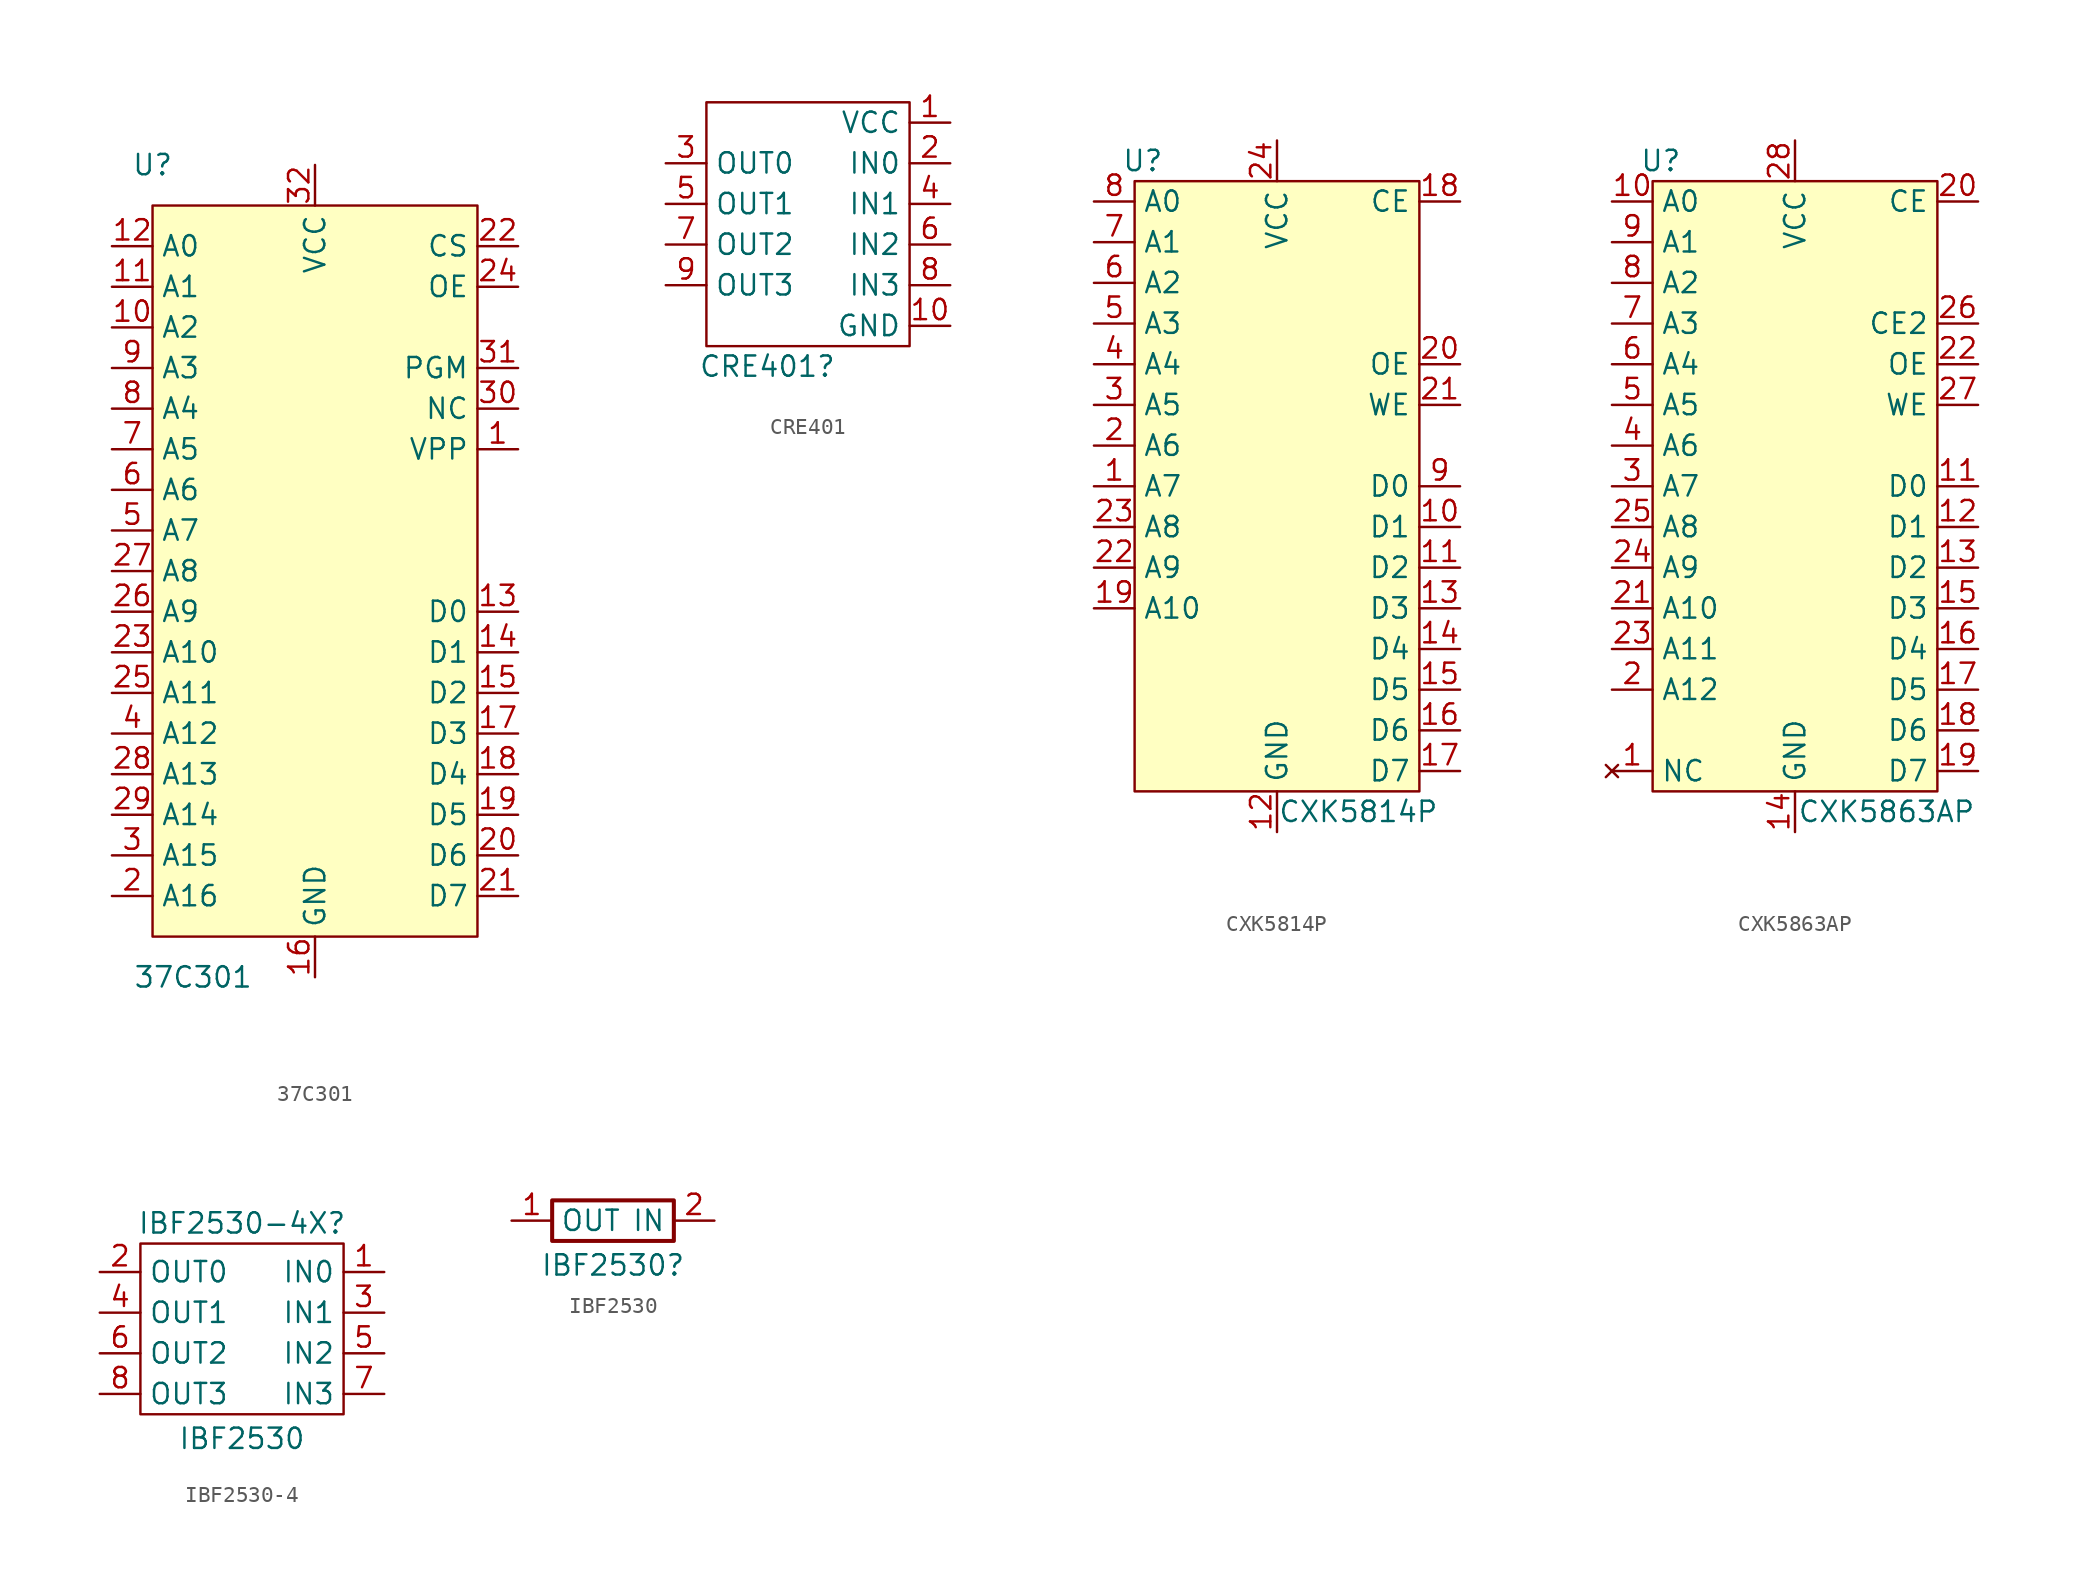
<source format=kicad_sym>
(kicad_symbol_lib
  (version 20220914)
  (generator kicad_symbol_editor)
  (symbol "37C301"
    (property "Reference" "U"
      (at -10.16 25.4 0)
      (effects (font (size 1.27 1.27))))
    (property "Value" "37C301"
      (at -7.62 -25.4 0)
      (effects (font (size 1.27 1.27))))
    (symbol "37C301_0_0"
      (pin power_in line (at 12.7 7.62 180) (length 2.54) (name "VPP" (effects (font (size 1.27 1.27)))) (number "1" (effects (font (size 1.27 1.27)))))
      (pin input line (at -12.7 15.24 0) (length 2.54) (name "A2" (effects (font (size 1.27 1.27)))) (number "10" (effects (font (size 1.27 1.27)))))
      (pin input line (at -12.7 17.78 0) (length 2.54) (name "A1" (effects (font (size 1.27 1.27)))) (number "11" (effects (font (size 1.27 1.27)))))
      (pin input line (at -12.7 20.32 0) (length 2.54) (name "A0" (effects (font (size 1.27 1.27)))) (number "12" (effects (font (size 1.27 1.27)))))
      (pin bidirectional line (at 12.7 -2.54 180) (length 2.54) (name "D0" (effects (font (size 1.27 1.27)))) (number "13" (effects (font (size 1.27 1.27)))))
      (pin bidirectional line (at 12.7 -5.08 180) (length 2.54) (name "D1" (effects (font (size 1.27 1.27)))) (number "14" (effects (font (size 1.27 1.27)))))
      (pin bidirectional line (at 12.7 -7.62 180) (length 2.54) (name "D2" (effects (font (size 1.27 1.27)))) (number "15" (effects (font (size 1.27 1.27)))))
      (pin bidirectional line (at 12.7 -10.16 180) (length 2.54) (name "D3" (effects (font (size 1.27 1.27)))) (number "17" (effects (font (size 1.27 1.27)))))
      (pin bidirectional line (at 12.7 -12.7 180) (length 2.54) (name "D4" (effects (font (size 1.27 1.27)))) (number "18" (effects (font (size 1.27 1.27)))))
      (pin bidirectional line (at 12.7 -15.24 180) (length 2.54) (name "D5" (effects (font (size 1.27 1.27)))) (number "19" (effects (font (size 1.27 1.27)))))
      (pin input line (at -12.7 -20.32 0) (length 2.54) (name "A16" (effects (font (size 1.27 1.27)))) (number "2" (effects (font (size 1.27 1.27)))))
      (pin bidirectional line (at 12.7 -17.78 180) (length 2.54) (name "D6" (effects (font (size 1.27 1.27)))) (number "20" (effects (font (size 1.27 1.27)))))
      (pin bidirectional line (at 12.7 -20.32 180) (length 2.54) (name "D7" (effects (font (size 1.27 1.27)))) (number "21" (effects (font (size 1.27 1.27)))))
      (pin input line (at 12.7 20.32 180) (length 2.54) (name "CS" (effects (font (size 1.27 1.27)))) (number "22" (effects (font (size 1.27 1.27)))))
      (pin input line (at -12.7 -5.08 0) (length 2.54) (name "A10" (effects (font (size 1.27 1.27)))) (number "23" (effects (font (size 1.27 1.27)))))
      (pin input line (at 12.7 17.78 180) (length 2.54) (name "OE" (effects (font (size 1.27 1.27)))) (number "24" (effects (font (size 1.27 1.27)))))
      (pin input line (at -12.7 -7.62 0) (length 2.54) (name "A11" (effects (font (size 1.27 1.27)))) (number "25" (effects (font (size 1.27 1.27)))))
      (pin input line (at -12.7 -2.54 0) (length 2.54) (name "A9" (effects (font (size 1.27 1.27)))) (number "26" (effects (font (size 1.27 1.27)))))
      (pin input line (at -12.7 0 0) (length 2.54) (name "A8" (effects (font (size 1.27 1.27)))) (number "27" (effects (font (size 1.27 1.27)))))
      (pin power_in line (at -12.7 -12.7 0) (length 2.54) (name "A13" (effects (font (size 1.27 1.27)))) (number "28" (effects (font (size 1.27 1.27)))))
      (pin power_in line (at -12.7 -15.24 0) (length 2.54) (name "A14" (effects (font (size 1.27 1.27)))) (number "29" (effects (font (size 1.27 1.27)))))
      (pin input line (at -12.7 -17.78 0) (length 2.54) (name "A15" (effects (font (size 1.27 1.27)))) (number "3" (effects (font (size 1.27 1.27)))))
      (pin power_in line (at 12.7 10.16 180) (length 2.54) (name "NC" (effects (font (size 1.27 1.27)))) (number "30" (effects (font (size 1.27 1.27)))))
      (pin power_in line (at 12.7 12.7 180) (length 2.54) (name "PGM" (effects (font (size 1.27 1.27)))) (number "31" (effects (font (size 1.27 1.27)))))
      (pin input line (at -12.7 -10.16 0) (length 2.54) (name "A12" (effects (font (size 1.27 1.27)))) (number "4" (effects (font (size 1.27 1.27)))))
      (pin input line (at -12.7 2.54 0) (length 2.54) (name "A7" (effects (font (size 1.27 1.27)))) (number "5" (effects (font (size 1.27 1.27)))))
      (pin input line (at -12.7 5.08 0) (length 2.54) (name "A6" (effects (font (size 1.27 1.27)))) (number "6" (effects (font (size 1.27 1.27)))))
      (pin input line (at -12.7 7.62 0) (length 2.54) (name "A5" (effects (font (size 1.27 1.27)))) (number "7" (effects (font (size 1.27 1.27)))))
      (pin input line (at -12.7 10.16 0) (length 2.54) (name "A4" (effects (font (size 1.27 1.27)))) (number "8" (effects (font (size 1.27 1.27)))))
      (pin input line (at -12.7 12.7 0) (length 2.54) (name "A3" (effects (font (size 1.27 1.27)))) (number "9" (effects (font (size 1.27 1.27))))))
    (symbol "37C301_1_0"
      (pin power_in line (at 0 -25.4 90) (length 2.54) (name "GND" (effects (font (size 1.27 1.27)))) (number "16" (effects (font (size 1.27 1.27)))))
      (pin power_in line (at 0 25.4 270) (length 2.54) (name "VCC" (effects (font (size 1.27 1.27)))) (number "32" (effects (font (size 1.27 1.27))))))
    (symbol "37C301_1_1"
      (rectangle (start -10.16 22.86) (end 10.16 -22.86) (stroke (width 0) (type default)) (fill (type background)))))
  (symbol "CRE401"
    (property "Reference" "CRE401"
      (at -2.54 -8.89 0)
      (effects (font (size 1.27 1.27))))
    (property "Value" ""
      (at 0 -1.27 0)
      (effects (font (size 1.27 1.27))))
    (symbol "CRE401_0_0"
      (pin power_in line (at 8.89 6.35 180) (length 2.54) (name "VCC" (effects (font (size 1.27 1.27)))) (number "1" (effects (font (size 1.27 1.27)))))
      (pin power_in line (at 8.89 -6.35 180) (length 2.54) (name "GND" (effects (font (size 1.27 1.27)))) (number "10" (effects (font (size 1.27 1.27)))))
      (pin input line (at 8.89 3.81 180) (length 2.54) (name "IN0" (effects (font (size 1.27 1.27)))) (number "2" (effects (font (size 1.27 1.27)))))
      (pin output line (at -8.89 3.81 0) (length 2.54) (name "OUT0" (effects (font (size 1.27 1.27)))) (number "3" (effects (font (size 1.27 1.27)))))
      (pin input line (at 8.89 1.27 180) (length 2.54) (name "IN1" (effects (font (size 1.27 1.27)))) (number "4" (effects (font (size 1.27 1.27)))))
      (pin output line (at -8.89 1.27 0) (length 2.54) (name "OUT1" (effects (font (size 1.27 1.27)))) (number "5" (effects (font (size 1.27 1.27)))))
      (pin input line (at 8.89 -1.27 180) (length 2.54) (name "IN2" (effects (font (size 1.27 1.27)))) (number "6" (effects (font (size 1.27 1.27)))))
      (pin output line (at -8.89 -1.27 0) (length 2.54) (name "OUT2" (effects (font (size 1.27 1.27)))) (number "7" (effects (font (size 1.27 1.27)))))
      (pin input line (at 8.89 -3.81 180) (length 2.54) (name "IN3" (effects (font (size 1.27 1.27)))) (number "8" (effects (font (size 1.27 1.27)))))
      (pin output line (at -8.89 -3.81 0) (length 2.54) (name "OUT3" (effects (font (size 1.27 1.27)))) (number "9" (effects (font (size 1.27 1.27))))))
    (symbol "CRE401_0_1"
      (rectangle (start -6.35 7.62) (end 6.35 -7.62) (stroke (width 0) (type default)) (fill (type none)))))
  (symbol "CXK5814P"
    (property "Reference" "U"
      (at -8.382 20.32 0)
      (effects (font (size 1.27 1.27))))
    (property "Value" "CXK5814P"
      (at 5.08 -20.32 0)
      (effects (font (size 1.27 1.27))))
    (symbol "CXK5814P_0_0"
      (pin input line (at -11.43 0 0) (length 2.54) (name "A7" (effects (font (size 1.27 1.27)))) (number "1" (effects (font (size 1.27 1.27)))))
      (pin bidirectional line (at 11.43 -2.54 180) (length 2.54) (name "D1" (effects (font (size 1.27 1.27)))) (number "10" (effects (font (size 1.27 1.27)))))
      (pin bidirectional line (at 11.43 -5.08 180) (length 2.54) (name "D2" (effects (font (size 1.27 1.27)))) (number "11" (effects (font (size 1.27 1.27)))))
      (pin power_in line (at 0 -21.59 90) (length 2.54) (name "GND" (effects (font (size 1.27 1.27)))) (number "12" (effects (font (size 1.27 1.27)))))
      (pin bidirectional line (at 11.43 -7.62 180) (length 2.54) (name "D3" (effects (font (size 1.27 1.27)))) (number "13" (effects (font (size 1.27 1.27)))))
      (pin bidirectional line (at 11.43 -10.16 180) (length 2.54) (name "D4" (effects (font (size 1.27 1.27)))) (number "14" (effects (font (size 1.27 1.27)))))
      (pin bidirectional line (at 11.43 -12.7 180) (length 2.54) (name "D5" (effects (font (size 1.27 1.27)))) (number "15" (effects (font (size 1.27 1.27)))))
      (pin bidirectional line (at 11.43 -15.24 180) (length 2.54) (name "D6" (effects (font (size 1.27 1.27)))) (number "16" (effects (font (size 1.27 1.27)))))
      (pin bidirectional line (at 11.43 -17.78 180) (length 2.54) (name "D7" (effects (font (size 1.27 1.27)))) (number "17" (effects (font (size 1.27 1.27)))))
      (pin input line (at 11.43 17.78 180) (length 2.54) (name "CE" (effects (font (size 1.27 1.27)))) (number "18" (effects (font (size 1.27 1.27)))))
      (pin input line (at -11.43 -7.62 0) (length 2.54) (name "A10" (effects (font (size 1.27 1.27)))) (number "19" (effects (font (size 1.27 1.27)))))
      (pin input line (at -11.43 2.54 0) (length 2.54) (name "A6" (effects (font (size 1.27 1.27)))) (number "2" (effects (font (size 1.27 1.27)))))
      (pin input line (at 11.43 7.62 180) (length 2.54) (name "OE" (effects (font (size 1.27 1.27)))) (number "20" (effects (font (size 1.27 1.27)))))
      (pin input line (at 11.43 5.08 180) (length 2.54) (name "WE" (effects (font (size 1.27 1.27)))) (number "21" (effects (font (size 1.27 1.27)))))
      (pin input line (at -11.43 -5.08 0) (length 2.54) (name "A9" (effects (font (size 1.27 1.27)))) (number "22" (effects (font (size 1.27 1.27)))))
      (pin input line (at -11.43 -2.54 0) (length 2.54) (name "A8" (effects (font (size 1.27 1.27)))) (number "23" (effects (font (size 1.27 1.27)))))
      (pin power_in line (at 0 21.59 270) (length 2.54) (name "VCC" (effects (font (size 1.27 1.27)))) (number "24" (effects (font (size 1.27 1.27)))))
      (pin input line (at -11.43 5.08 0) (length 2.54) (name "A5" (effects (font (size 1.27 1.27)))) (number "3" (effects (font (size 1.27 1.27)))))
      (pin input line (at -11.43 7.62 0) (length 2.54) (name "A4" (effects (font (size 1.27 1.27)))) (number "4" (effects (font (size 1.27 1.27)))))
      (pin input line (at -11.43 10.16 0) (length 2.54) (name "A3" (effects (font (size 1.27 1.27)))) (number "5" (effects (font (size 1.27 1.27)))))
      (pin input line (at -11.43 12.7 0) (length 2.54) (name "A2" (effects (font (size 1.27 1.27)))) (number "6" (effects (font (size 1.27 1.27)))))
      (pin input line (at -11.43 15.24 0) (length 2.54) (name "A1" (effects (font (size 1.27 1.27)))) (number "7" (effects (font (size 1.27 1.27)))))
      (pin input line (at -11.43 17.78 0) (length 2.54) (name "A0" (effects (font (size 1.27 1.27)))) (number "8" (effects (font (size 1.27 1.27)))))
      (pin bidirectional line (at 11.43 0 180) (length 2.54) (name "D0" (effects (font (size 1.27 1.27)))) (number "9" (effects (font (size 1.27 1.27))))))
    (symbol "CXK5814P_1_1"
      (rectangle (start -8.89 19.05) (end 8.89 -19.05) (stroke (width 0) (type default)) (fill (type background)))))
  (symbol "CXK5863AP"
    (property "Reference" "U"
      (at -8.382 20.32 0)
      (effects (font (size 1.27 1.27))))
    (property "Value" "CXK5863AP"
      (at 5.715 -20.32 0)
      (effects (font (size 1.27 1.27))))
    (symbol "CXK5863AP_0_0"
      (pin no_connect line (at -11.43 -17.78 0) (length 2.54) (name "NC" (effects (font (size 1.27 1.27)))) (number "1" (effects (font (size 1.27 1.27)))))
      (pin input line (at -11.43 17.78 0) (length 2.54) (name "A0" (effects (font (size 1.27 1.27)))) (number "10" (effects (font (size 1.27 1.27)))))
      (pin bidirectional line (at 11.43 0 180) (length 2.54) (name "D0" (effects (font (size 1.27 1.27)))) (number "11" (effects (font (size 1.27 1.27)))))
      (pin bidirectional line (at 11.43 -2.54 180) (length 2.54) (name "D1" (effects (font (size 1.27 1.27)))) (number "12" (effects (font (size 1.27 1.27)))))
      (pin bidirectional line (at 11.43 -5.08 180) (length 2.54) (name "D2" (effects (font (size 1.27 1.27)))) (number "13" (effects (font (size 1.27 1.27)))))
      (pin power_in line (at 0 -21.59 90) (length 2.54) (name "GND" (effects (font (size 1.27 1.27)))) (number "14" (effects (font (size 1.27 1.27)))))
      (pin bidirectional line (at 11.43 -7.62 180) (length 2.54) (name "D3" (effects (font (size 1.27 1.27)))) (number "15" (effects (font (size 1.27 1.27)))))
      (pin bidirectional line (at 11.43 -10.16 180) (length 2.54) (name "D4" (effects (font (size 1.27 1.27)))) (number "16" (effects (font (size 1.27 1.27)))))
      (pin bidirectional line (at 11.43 -12.7 180) (length 2.54) (name "D5" (effects (font (size 1.27 1.27)))) (number "17" (effects (font (size 1.27 1.27)))))
      (pin bidirectional line (at 11.43 -15.24 180) (length 2.54) (name "D6" (effects (font (size 1.27 1.27)))) (number "18" (effects (font (size 1.27 1.27)))))
      (pin bidirectional line (at 11.43 -17.78 180) (length 2.54) (name "D7" (effects (font (size 1.27 1.27)))) (number "19" (effects (font (size 1.27 1.27)))))
      (pin input line (at -11.43 -12.7 0) (length 2.54) (name "A12" (effects (font (size 1.27 1.27)))) (number "2" (effects (font (size 1.27 1.27)))))
      (pin input line (at 11.43 17.78 180) (length 2.54) (name "CE" (effects (font (size 1.27 1.27)))) (number "20" (effects (font (size 1.27 1.27)))))
      (pin input line (at -11.43 -7.62 0) (length 2.54) (name "A10" (effects (font (size 1.27 1.27)))) (number "21" (effects (font (size 1.27 1.27)))))
      (pin input line (at 11.43 7.62 180) (length 2.54) (name "OE" (effects (font (size 1.27 1.27)))) (number "22" (effects (font (size 1.27 1.27)))))
      (pin input line (at -11.43 -10.16 0) (length 2.54) (name "A11" (effects (font (size 1.27 1.27)))) (number "23" (effects (font (size 1.27 1.27)))))
      (pin input line (at -11.43 -5.08 0) (length 2.54) (name "A9" (effects (font (size 1.27 1.27)))) (number "24" (effects (font (size 1.27 1.27)))))
      (pin input line (at -11.43 -2.54 0) (length 2.54) (name "A8" (effects (font (size 1.27 1.27)))) (number "25" (effects (font (size 1.27 1.27)))))
      (pin input line (at 11.43 10.16 180) (length 2.54) (name "CE2" (effects (font (size 1.27 1.27)))) (number "26" (effects (font (size 1.27 1.27)))))
      (pin input line (at 11.43 5.08 180) (length 2.54) (name "WE" (effects (font (size 1.27 1.27)))) (number "27" (effects (font (size 1.27 1.27)))))
      (pin power_in line (at 0 21.59 270) (length 2.54) (name "VCC" (effects (font (size 1.27 1.27)))) (number "28" (effects (font (size 1.27 1.27)))))
      (pin input line (at -11.43 0 0) (length 2.54) (name "A7" (effects (font (size 1.27 1.27)))) (number "3" (effects (font (size 1.27 1.27)))))
      (pin input line (at -11.43 2.54 0) (length 2.54) (name "A6" (effects (font (size 1.27 1.27)))) (number "4" (effects (font (size 1.27 1.27)))))
      (pin input line (at -11.43 5.08 0) (length 2.54) (name "A5" (effects (font (size 1.27 1.27)))) (number "5" (effects (font (size 1.27 1.27)))))
      (pin input line (at -11.43 7.62 0) (length 2.54) (name "A4" (effects (font (size 1.27 1.27)))) (number "6" (effects (font (size 1.27 1.27)))))
      (pin input line (at -11.43 10.16 0) (length 2.54) (name "A3" (effects (font (size 1.27 1.27)))) (number "7" (effects (font (size 1.27 1.27)))))
      (pin input line (at -11.43 12.7 0) (length 2.54) (name "A2" (effects (font (size 1.27 1.27)))) (number "8" (effects (font (size 1.27 1.27)))))
      (pin input line (at -11.43 15.24 0) (length 2.54) (name "A1" (effects (font (size 1.27 1.27)))) (number "9" (effects (font (size 1.27 1.27))))))
    (symbol "CXK5863AP_1_1"
      (rectangle (start -8.89 19.05) (end 8.89 -19.05) (stroke (width 0) (type default)) (fill (type background)))))
  (symbol "IBF2530-4"
    (property "Reference" "IBF2530-4X"
      (at 0 6.858 0)
      (effects (font (size 1.27 1.27))))
    (property "Value" "IBF2530"
      (at 0 -6.604 0)
      (effects (font (size 1.27 1.27))))
    (symbol "IBF2530-4_0_0"
      (pin input line (at 8.89 3.81 180) (length 2.54) (name "IN0" (effects (font (size 1.27 1.27)))) (number "1" (effects (font (size 1.27 1.27)))))
      (pin output line (at -8.89 3.81 0) (length 2.54) (name "OUT0" (effects (font (size 1.27 1.27)))) (number "2" (effects (font (size 1.27 1.27)))))
      (pin input line (at 8.89 1.27 180) (length 2.54) (name "IN1" (effects (font (size 1.27 1.27)))) (number "3" (effects (font (size 1.27 1.27)))))
      (pin output line (at -8.89 1.27 0) (length 2.54) (name "OUT1" (effects (font (size 1.27 1.27)))) (number "4" (effects (font (size 1.27 1.27)))))
      (pin input line (at 8.89 -1.27 180) (length 2.54) (name "IN2" (effects (font (size 1.27 1.27)))) (number "5" (effects (font (size 1.27 1.27)))))
      (pin output line (at -8.89 -1.27 0) (length 2.54) (name "OUT2" (effects (font (size 1.27 1.27)))) (number "6" (effects (font (size 1.27 1.27)))))
      (pin input line (at 8.89 -3.81 180) (length 2.54) (name "IN3" (effects (font (size 1.27 1.27)))) (number "7" (effects (font (size 1.27 1.27)))))
      (pin output line (at -8.89 -3.81 0) (length 2.54) (name "OUT3" (effects (font (size 1.27 1.27)))) (number "8" (effects (font (size 1.27 1.27))))))
    (symbol "IBF2530-4_0_1"
      (rectangle (start -6.35 5.588) (end 6.35 -5.08) (stroke (width 0) (type default)) (fill (type none)))))
  (symbol "IBF2530"
    (property "Reference" "IBF2530"
      (at 0 -2.794 0)
      (effects (font (size 1.27 1.27))))
    (property "Value" ""
      (at 0 -2.794 0)
      (effects (font (size 1.27 1.27))))
    (symbol "IBF2530_0_1"
      (rectangle (start -3.81 1.27) (end 3.81 -1.27) (stroke (width 0.254) (type default)) (fill (type none))))
    (symbol "IBF2530_1_1"
      (pin passive line (at -6.35 0 0) (length 2.54) (name "OUT" (effects (font (size 1.27 1.27)))) (number "1" (effects (font (size 1.27 1.27)))))
      (pin passive line (at 6.35 0 180) (length 2.54) (name "IN" (effects (font (size 1.27 1.27)))) (number "2" (effects (font (size 1.27 1.27))))))))
</source>
